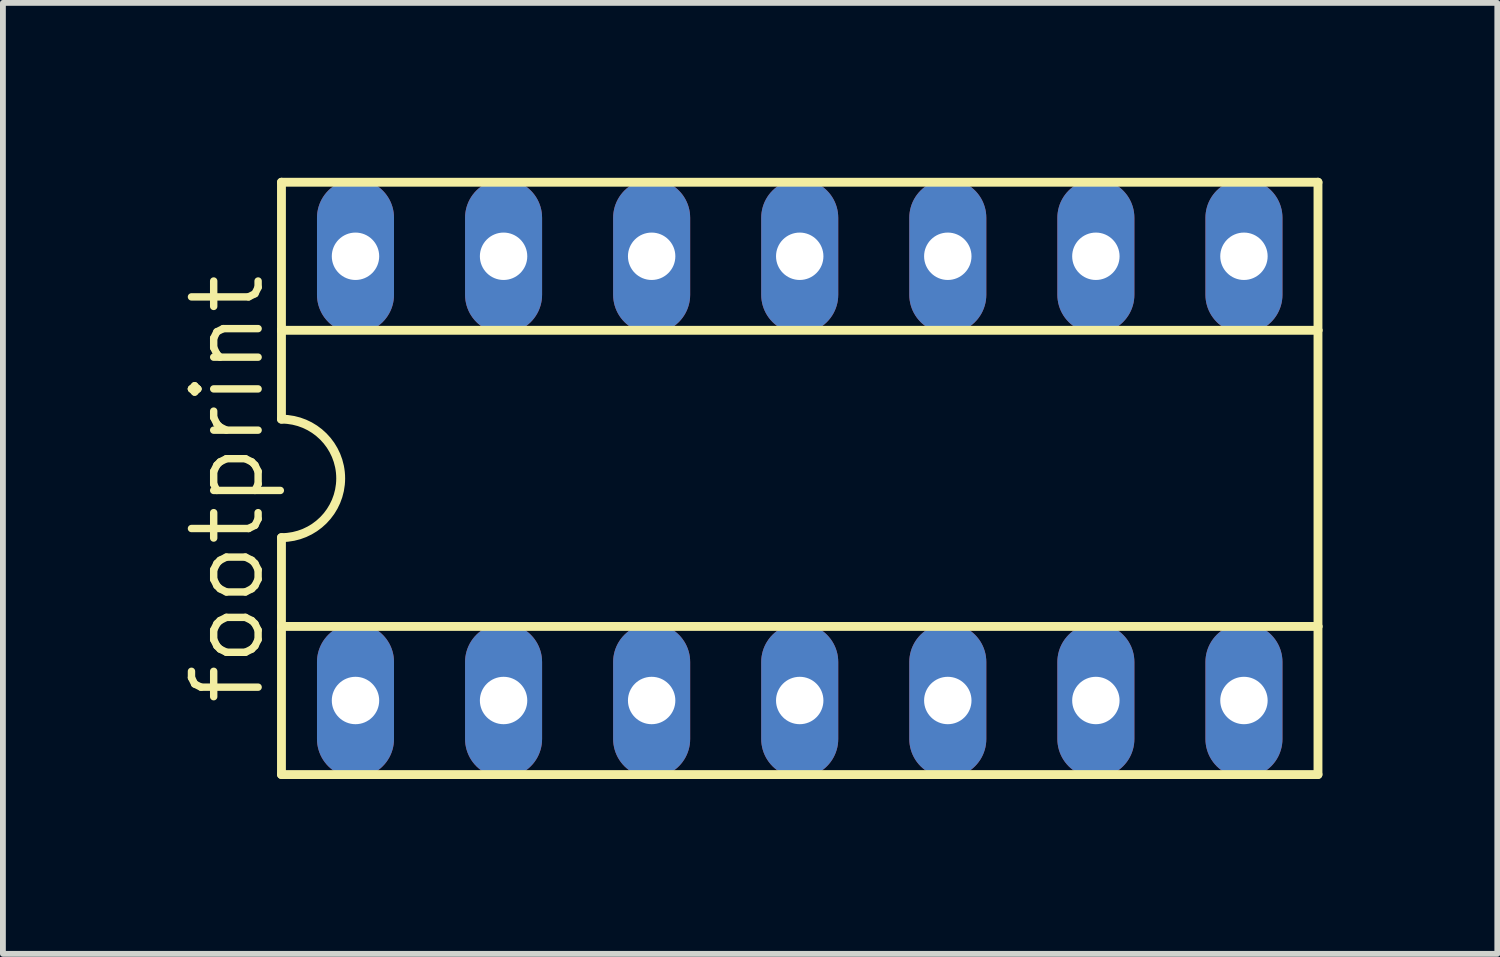
<source format=kicad_pcb>
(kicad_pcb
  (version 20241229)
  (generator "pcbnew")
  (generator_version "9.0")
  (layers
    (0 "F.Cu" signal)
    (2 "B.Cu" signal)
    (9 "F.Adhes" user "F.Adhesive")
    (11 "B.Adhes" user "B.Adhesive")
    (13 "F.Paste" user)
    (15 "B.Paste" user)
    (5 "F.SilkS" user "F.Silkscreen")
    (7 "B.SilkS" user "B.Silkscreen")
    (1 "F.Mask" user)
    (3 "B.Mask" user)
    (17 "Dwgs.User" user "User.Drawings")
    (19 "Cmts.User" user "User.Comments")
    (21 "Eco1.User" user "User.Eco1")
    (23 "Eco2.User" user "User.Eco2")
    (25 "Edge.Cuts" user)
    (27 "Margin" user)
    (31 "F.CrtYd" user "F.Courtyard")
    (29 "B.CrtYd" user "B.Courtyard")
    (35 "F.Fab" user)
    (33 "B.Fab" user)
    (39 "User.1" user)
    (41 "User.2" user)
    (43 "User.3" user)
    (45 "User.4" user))
  (footprint "footprint"
    (layer "F.Cu")
    (at 10.668 5.156)
    (property "Reference" "footprint" (at -9.144 3.937 90) (layer "F.SilkS") (effects (font (size 1.143 1.143) (thickness 0.127)) (justify left bottom)))
    (fp_line (start -8.89 -5.08) (end -8.89 -2.54) (stroke (width 0.152) (type solid)) (layer "F.SilkS"))
    (fp_line (start -8.89 -2.54) (end -8.89 -1.016) (stroke (width 0.152) (type solid)) (layer "F.SilkS"))
    (fp_line (start -8.89 -2.54) (end 8.89 -2.54) (stroke (width 0.152) (type solid)) (layer "F.SilkS"))
    (fp_line (start -8.89 2.54) (end -8.89 1.016) (stroke (width 0.152) (type solid)) (layer "F.SilkS"))
    (fp_line (start -8.89 2.54) (end 8.89 2.54) (stroke (width 0.152) (type solid)) (layer "F.SilkS"))
    (fp_line (start -8.89 5.08) (end -8.89 2.54) (stroke (width 0.152) (type solid)) (layer "F.SilkS"))
    (fp_line (start -8.89 5.08) (end 8.89 5.08) (stroke (width 0.152) (type solid)) (layer "F.SilkS"))
    (fp_line (start 8.89 -5.08) (end -8.89 -5.08) (stroke (width 0.152) (type solid)) (layer "F.SilkS"))
    (fp_line (start 8.89 -5.08) (end 8.89 -2.54) (stroke (width 0.152) (type solid)) (layer "F.SilkS"))
    (fp_line (start 8.89 -2.54) (end 8.89 2.54) (stroke (width 0.152) (type solid)) (layer "F.SilkS"))
    (fp_line (start 8.89 2.54) (end 8.89 5.08) (stroke (width 0.152) (type solid)) (layer "F.SilkS"))
    (fp_arc (start -8.89 -1.016) (mid -7.874 0) (end -8.89 1.016) (stroke (width 0.1524) (type solid)) (layer "F.SilkS"))
    (pad "1" thru_hole oval (at -7.62 3.81 90) (size 2.642 1.321) (drill 0.813) (layers "*.Cu" "*.Mask"))
    (pad "2" thru_hole oval (at -5.08 3.81 90) (size 2.642 1.321) (drill 0.813) (layers "*.Cu" "*.Mask"))
    (pad "3" thru_hole oval (at -2.54 3.81 90) (size 2.642 1.321) (drill 0.813) (layers "*.Cu" "*.Mask"))
    (pad "4" thru_hole oval (at 0 3.81 90) (size 2.642 1.321) (drill 0.813) (layers "*.Cu" "*.Mask"))
    (pad "5" thru_hole oval (at 2.54 3.81 90) (size 2.642 1.321) (drill 0.813) (layers "*.Cu" "*.Mask"))
    (pad "6" thru_hole oval (at 5.08 3.81 90) (size 2.642 1.321) (drill 0.813) (layers "*.Cu" "*.Mask"))
    (pad "7" thru_hole oval (at 7.62 3.81 90) (size 2.642 1.321) (drill 0.813) (layers "*.Cu" "*.Mask"))
    (pad "8" thru_hole oval (at 7.62 -3.81 90) (size 2.642 1.321) (drill 0.813) (layers "*.Cu" "*.Mask"))
    (pad "9" thru_hole oval (at 5.08 -3.81 90) (size 2.642 1.321) (drill 0.813) (layers "*.Cu" "*.Mask"))
    (pad "10" thru_hole oval (at 2.54 -3.81 90) (size 2.642 1.321) (drill 0.813) (layers "*.Cu" "*.Mask"))
    (pad "11" thru_hole oval (at 0 -3.81 90) (size 2.642 1.321) (drill 0.813) (layers "*.Cu" "*.Mask"))
    (pad "12" thru_hole oval (at -2.54 -3.81 90) (size 2.642 1.321) (drill 0.813) (layers "*.Cu" "*.Mask"))
    (pad "13" thru_hole oval (at -5.08 -3.81 90) (size 2.642 1.321) (drill 0.813) (layers "*.Cu" "*.Mask"))
    (pad "14" thru_hole oval (at -7.62 -3.81 90) (size 2.642 1.321) (drill 0.813) (layers "*.Cu" "*.Mask")))
  (gr_rect
    (start -3 -3)
    (end 22.634 13.312)
    (stroke (width 0.1) (type default))
    (fill no)
    (layer "Edge.Cuts")))
</source>
